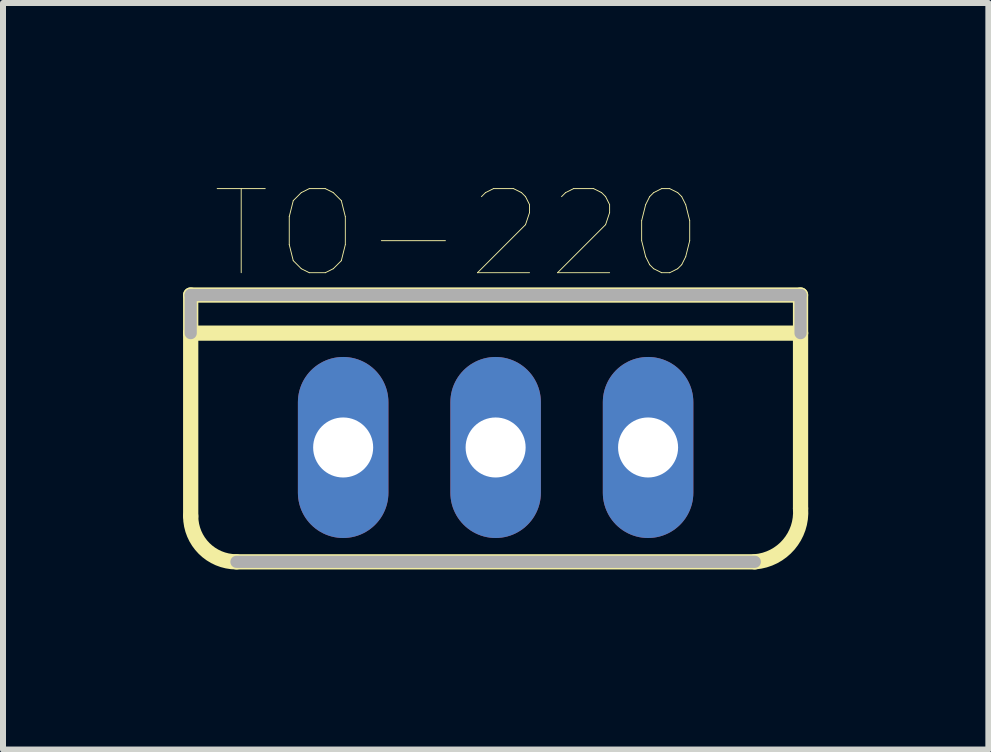
<source format=kicad_pcb>
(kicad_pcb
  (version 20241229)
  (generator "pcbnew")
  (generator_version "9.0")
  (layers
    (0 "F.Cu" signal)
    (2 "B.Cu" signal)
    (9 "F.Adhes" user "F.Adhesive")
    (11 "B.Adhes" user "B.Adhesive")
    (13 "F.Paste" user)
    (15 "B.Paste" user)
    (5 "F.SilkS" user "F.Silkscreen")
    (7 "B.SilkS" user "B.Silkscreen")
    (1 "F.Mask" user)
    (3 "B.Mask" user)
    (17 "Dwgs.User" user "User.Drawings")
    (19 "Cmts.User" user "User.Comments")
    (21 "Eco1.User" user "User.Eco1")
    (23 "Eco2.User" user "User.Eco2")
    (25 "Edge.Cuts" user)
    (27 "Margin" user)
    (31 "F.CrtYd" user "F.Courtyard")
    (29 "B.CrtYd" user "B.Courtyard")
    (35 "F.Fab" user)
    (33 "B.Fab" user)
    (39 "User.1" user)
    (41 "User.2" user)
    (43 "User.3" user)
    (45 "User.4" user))
  (footprint "TO-220"
    (layer "F.Cu")
    (at 5.207 4.405)
    (property "Reference" "TO-220" (at -0.636 -3.559 0) (layer "F.SilkS") (effects (font (size 1.401 1.401) (thickness 0.015))))
    (attr through_hole)
    (fp_line (start -5.08 -2.54) (end 5.08 -2.54) (stroke (width 0.254) (type solid)) (layer "F.SilkS"))
    (fp_line (start -5.08 -1.905) (end -5.08 -2.54) (stroke (width 0.254) (type solid)) (layer "F.SilkS"))
    (fp_line (start -5.08 1.143) (end -5.08 -1.905) (stroke (width 0.254) (type solid)) (layer "F.SilkS"))
    (fp_line (start 4.318 1.905) (end -4.318 1.905) (stroke (width 0.254) (type solid)) (layer "F.SilkS"))
    (fp_line (start 5.08 -2.54) (end 5.08 -1.905) (stroke (width 0.254) (type solid)) (layer "F.SilkS"))
    (fp_line (start 5.08 -1.905) (end -5.08 -1.905) (stroke (width 0.254) (type solid)) (layer "F.SilkS"))
    (fp_line (start 5.08 -1.905) (end 5.08 1.016) (stroke (width 0.254) (type solid)) (layer "F.SilkS"))
    (fp_arc (start -4.318 1.905) (mid -4.856815 1.681815) (end -5.08 1.143) (stroke (width 0.254) (type solid)) (layer "F.SilkS"))
    (fp_arc (start 5.08 1.016) (mid 4.883118 1.618315) (end 4.318 1.905) (stroke (width 0.254) (type solid)) (layer "F.SilkS"))
    (fp_line (start -5.08 -2.54) (end 5.08 -2.54) (stroke (width 0.203) (type solid)) (layer "F.Fab"))
    (fp_line (start -5.08 -1.905) (end -5.08 -2.54) (stroke (width 0.203) (type solid)) (layer "F.Fab"))
    (fp_line (start -4.318 1.905) (end 4.318 1.905) (stroke (width 0.203) (type solid)) (layer "F.Fab"))
    (fp_line (start 5.08 -2.54) (end 5.08 -1.905) (stroke (width 0.203) (type solid)) (layer "F.Fab"))
    (pad "1" thru_hole oval (at -2.54 0) (size 1.508 3.016) (drill 1) (layers "*.Cu" "*.Mask"))
    (pad "2" thru_hole oval (at 0 0) (size 1.508 3.016) (drill 1) (layers "*.Cu" "*.Mask"))
    (pad "3" thru_hole oval (at 2.54 0) (size 1.508 3.016) (drill 1) (layers "*.Cu" "*.Mask")))
  (gr_rect
    (start -3 -3)
    (end 13.416 9.437)
    (stroke (width 0.1) (type default))
    (fill no)
    (layer "Edge.Cuts")))
</source>
